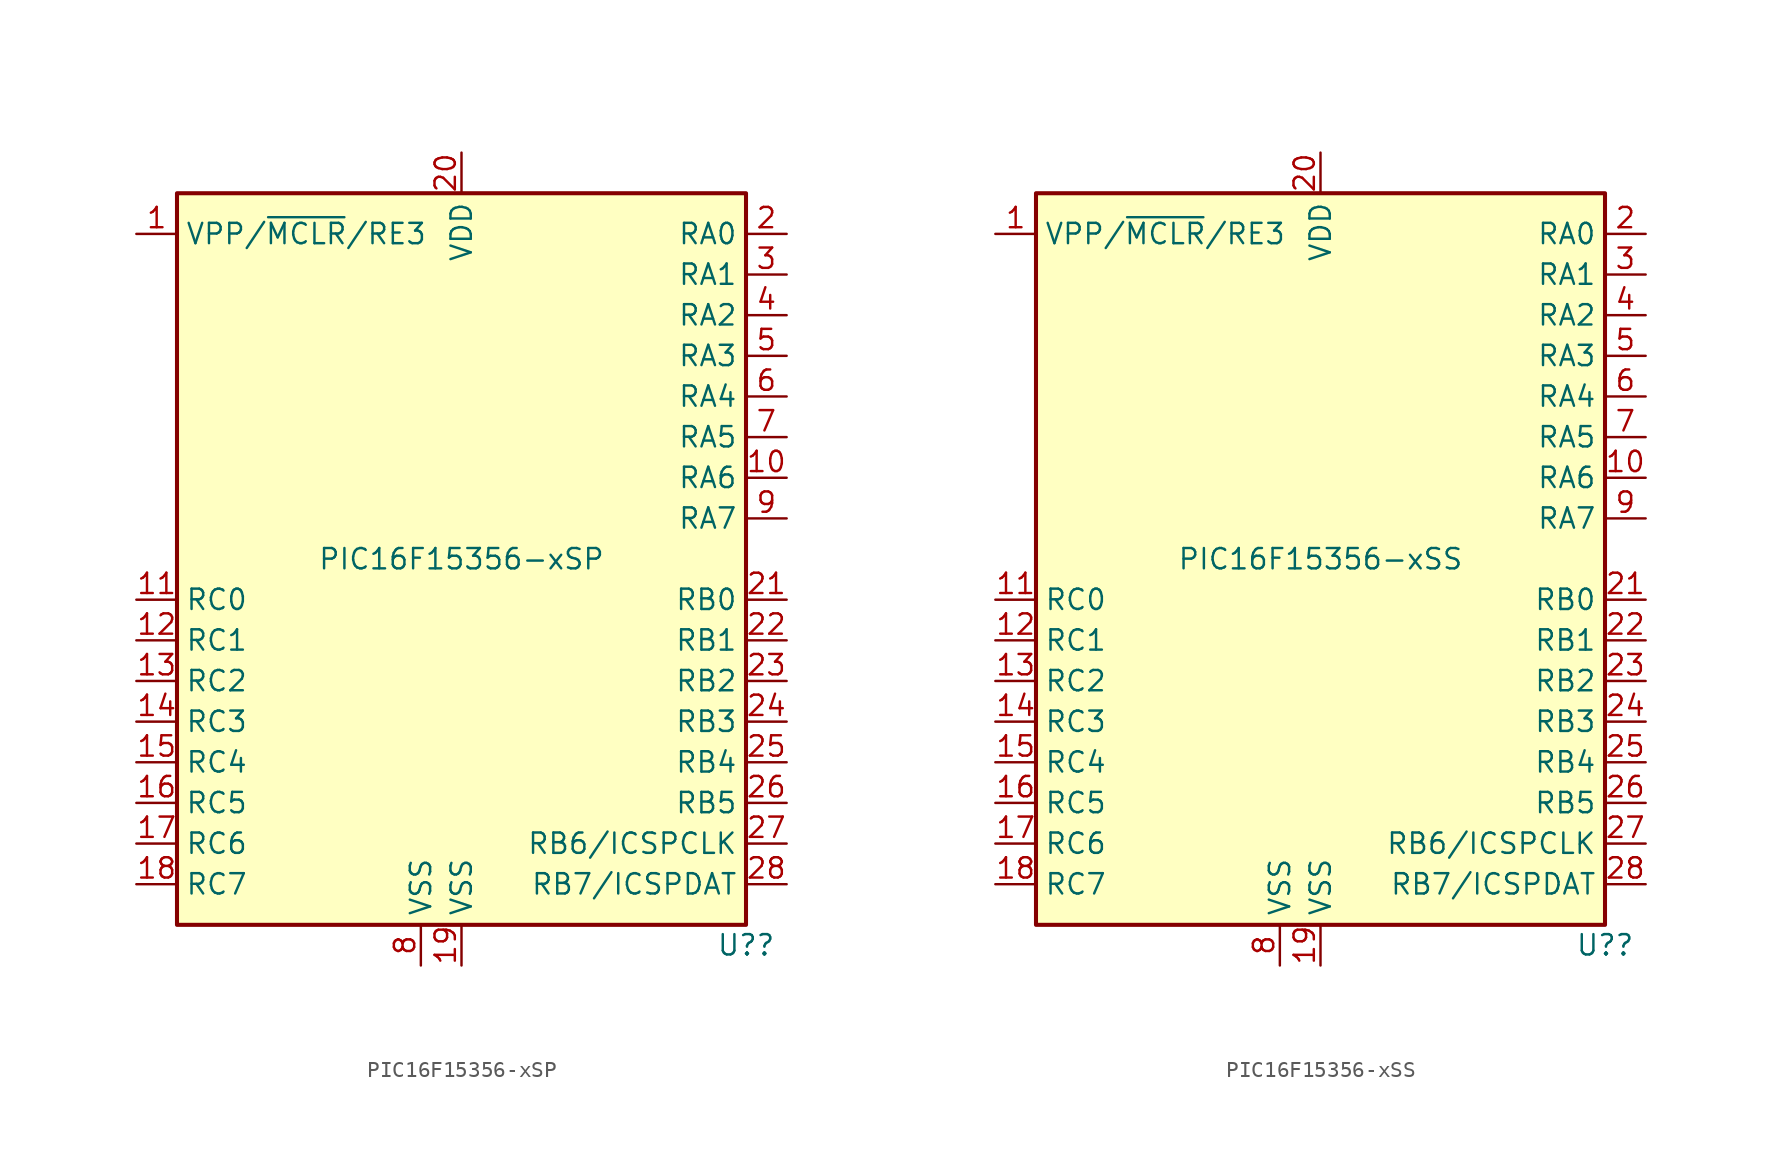
<source format=kicad_sym>
(kicad_symbol_lib
  (version 20241209)
  (generator "kicad_symbol_editor")
  (generator_version "9.0")
  (symbol "PIC16F15356-xSP"
    (property "Reference" "U?"
      (at 17.78 -24.13 0)
      (effects (font (size 1.27 1.27))))
    (property "Value" "PIC16F15356-xSP"
      (at 0 0 0)
      (effects (font (size 1.27 1.27))))
    (symbol "PIC16F15356-xSP_0_1"
      (rectangle (start 17.78 22.86) (end -17.78 -22.86) (stroke (width 0.254) (type default)) (fill (type background))))
    (symbol "PIC16F15356-xSP_1_1"
      (pin bidirectional line (at -20.32 20.32 0) (length 2.54) (name "VPP/~{MCLR}/RE3" (effects (font (size 1.27 1.27)))) (number "1" (effects (font (size 1.27 1.27)))))
      (pin bidirectional line (at -20.32 -2.54 0) (length 2.54) (name "RC0" (effects (font (size 1.27 1.27)))) (number "11" (effects (font (size 1.27 1.27)))))
      (pin bidirectional line (at -20.32 -5.08 0) (length 2.54) (name "RC1" (effects (font (size 1.27 1.27)))) (number "12" (effects (font (size 1.27 1.27)))))
      (pin bidirectional line (at -20.32 -7.62 0) (length 2.54) (name "RC2" (effects (font (size 1.27 1.27)))) (number "13" (effects (font (size 1.27 1.27)))))
      (pin bidirectional line (at -20.32 -10.16 0) (length 2.54) (name "RC3" (effects (font (size 1.27 1.27)))) (number "14" (effects (font (size 1.27 1.27)))))
      (pin bidirectional line (at -20.32 -12.7 0) (length 2.54) (name "RC4" (effects (font (size 1.27 1.27)))) (number "15" (effects (font (size 1.27 1.27)))))
      (pin bidirectional line (at -20.32 -15.24 0) (length 2.54) (name "RC5" (effects (font (size 1.27 1.27)))) (number "16" (effects (font (size 1.27 1.27)))))
      (pin bidirectional line (at -20.32 -17.78 0) (length 2.54) (name "RC6" (effects (font (size 1.27 1.27)))) (number "17" (effects (font (size 1.27 1.27)))))
      (pin bidirectional line (at -20.32 -20.32 0) (length 2.54) (name "RC7" (effects (font (size 1.27 1.27)))) (number "18" (effects (font (size 1.27 1.27)))))
      (pin power_in line (at -2.54 -25.4 90) (length 2.54) (name "VSS" (effects (font (size 1.27 1.27)))) (number "8" (effects (font (size 1.27 1.27)))))
      (pin power_in line (at 0 25.4 270) (length 2.54) (name "VDD" (effects (font (size 1.27 1.27)))) (number "20" (effects (font (size 1.27 1.27)))))
      (pin power_in line (at 0 -25.4 90) (length 2.54) (name "VSS" (effects (font (size 1.27 1.27)))) (number "19" (effects (font (size 1.27 1.27)))))
      (pin bidirectional line (at 20.32 20.32 180) (length 2.54) (name "RA0" (effects (font (size 1.27 1.27)))) (number "2" (effects (font (size 1.27 1.27)))))
      (pin bidirectional line (at 20.32 17.78 180) (length 2.54) (name "RA1" (effects (font (size 1.27 1.27)))) (number "3" (effects (font (size 1.27 1.27)))))
      (pin bidirectional line (at 20.32 15.24 180) (length 2.54) (name "RA2" (effects (font (size 1.27 1.27)))) (number "4" (effects (font (size 1.27 1.27)))))
      (pin bidirectional line (at 20.32 12.7 180) (length 2.54) (name "RA3" (effects (font (size 1.27 1.27)))) (number "5" (effects (font (size 1.27 1.27)))))
      (pin bidirectional line (at 20.32 10.16 180) (length 2.54) (name "RA4" (effects (font (size 1.27 1.27)))) (number "6" (effects (font (size 1.27 1.27)))))
      (pin bidirectional line (at 20.32 7.62 180) (length 2.54) (name "RA5" (effects (font (size 1.27 1.27)))) (number "7" (effects (font (size 1.27 1.27)))))
      (pin bidirectional line (at 20.32 5.08 180) (length 2.54) (name "RA6" (effects (font (size 1.27 1.27)))) (number "10" (effects (font (size 1.27 1.27)))))
      (pin bidirectional line (at 20.32 2.54 180) (length 2.54) (name "RA7" (effects (font (size 1.27 1.27)))) (number "9" (effects (font (size 1.27 1.27)))))
      (pin bidirectional line (at 20.32 -2.54 180) (length 2.54) (name "RB0" (effects (font (size 1.27 1.27)))) (number "21" (effects (font (size 1.27 1.27)))))
      (pin bidirectional line (at 20.32 -5.08 180) (length 2.54) (name "RB1" (effects (font (size 1.27 1.27)))) (number "22" (effects (font (size 1.27 1.27)))))
      (pin bidirectional line (at 20.32 -7.62 180) (length 2.54) (name "RB2" (effects (font (size 1.27 1.27)))) (number "23" (effects (font (size 1.27 1.27)))))
      (pin bidirectional line (at 20.32 -10.16 180) (length 2.54) (name "RB3" (effects (font (size 1.27 1.27)))) (number "24" (effects (font (size 1.27 1.27)))))
      (pin bidirectional line (at 20.32 -12.7 180) (length 2.54) (name "RB4" (effects (font (size 1.27 1.27)))) (number "25" (effects (font (size 1.27 1.27)))))
      (pin bidirectional line (at 20.32 -15.24 180) (length 2.54) (name "RB5" (effects (font (size 1.27 1.27)))) (number "26" (effects (font (size 1.27 1.27)))))
      (pin bidirectional line (at 20.32 -17.78 180) (length 2.54) (name "RB6/ICSPCLK" (effects (font (size 1.27 1.27)))) (number "27" (effects (font (size 1.27 1.27)))))
      (pin bidirectional line (at 20.32 -20.32 180) (length 2.54) (name "RB7/ICSPDAT" (effects (font (size 1.27 1.27)))) (number "28" (effects (font (size 1.27 1.27)))))))
  (symbol "PIC16F15356-xSS"
    (property "Reference" "U?"
      (at 17.78 -24.13 0)
      (effects (font (size 1.27 1.27))))
    (property "Value" "PIC16F15356-xSS"
      (at 0 0 0)
      (effects (font (size 1.27 1.27))))
    (symbol "PIC16F15356-xSS_0_1"
      (rectangle (start 17.78 22.86) (end -17.78 -22.86) (stroke (width 0.254) (type default)) (fill (type background))))
    (symbol "PIC16F15356-xSS_1_1"
      (pin bidirectional line (at -20.32 20.32 0) (length 2.54) (name "VPP/~{MCLR}/RE3" (effects (font (size 1.27 1.27)))) (number "1" (effects (font (size 1.27 1.27)))))
      (pin bidirectional line (at -20.32 -2.54 0) (length 2.54) (name "RC0" (effects (font (size 1.27 1.27)))) (number "11" (effects (font (size 1.27 1.27)))))
      (pin bidirectional line (at -20.32 -5.08 0) (length 2.54) (name "RC1" (effects (font (size 1.27 1.27)))) (number "12" (effects (font (size 1.27 1.27)))))
      (pin bidirectional line (at -20.32 -7.62 0) (length 2.54) (name "RC2" (effects (font (size 1.27 1.27)))) (number "13" (effects (font (size 1.27 1.27)))))
      (pin bidirectional line (at -20.32 -10.16 0) (length 2.54) (name "RC3" (effects (font (size 1.27 1.27)))) (number "14" (effects (font (size 1.27 1.27)))))
      (pin bidirectional line (at -20.32 -12.7 0) (length 2.54) (name "RC4" (effects (font (size 1.27 1.27)))) (number "15" (effects (font (size 1.27 1.27)))))
      (pin bidirectional line (at -20.32 -15.24 0) (length 2.54) (name "RC5" (effects (font (size 1.27 1.27)))) (number "16" (effects (font (size 1.27 1.27)))))
      (pin bidirectional line (at -20.32 -17.78 0) (length 2.54) (name "RC6" (effects (font (size 1.27 1.27)))) (number "17" (effects (font (size 1.27 1.27)))))
      (pin bidirectional line (at -20.32 -20.32 0) (length 2.54) (name "RC7" (effects (font (size 1.27 1.27)))) (number "18" (effects (font (size 1.27 1.27)))))
      (pin power_in line (at -2.54 -25.4 90) (length 2.54) (name "VSS" (effects (font (size 1.27 1.27)))) (number "8" (effects (font (size 1.27 1.27)))))
      (pin power_in line (at 0 25.4 270) (length 2.54) (name "VDD" (effects (font (size 1.27 1.27)))) (number "20" (effects (font (size 1.27 1.27)))))
      (pin power_in line (at 0 -25.4 90) (length 2.54) (name "VSS" (effects (font (size 1.27 1.27)))) (number "19" (effects (font (size 1.27 1.27)))))
      (pin bidirectional line (at 20.32 20.32 180) (length 2.54) (name "RA0" (effects (font (size 1.27 1.27)))) (number "2" (effects (font (size 1.27 1.27)))))
      (pin bidirectional line (at 20.32 17.78 180) (length 2.54) (name "RA1" (effects (font (size 1.27 1.27)))) (number "3" (effects (font (size 1.27 1.27)))))
      (pin bidirectional line (at 20.32 15.24 180) (length 2.54) (name "RA2" (effects (font (size 1.27 1.27)))) (number "4" (effects (font (size 1.27 1.27)))))
      (pin bidirectional line (at 20.32 12.7 180) (length 2.54) (name "RA3" (effects (font (size 1.27 1.27)))) (number "5" (effects (font (size 1.27 1.27)))))
      (pin bidirectional line (at 20.32 10.16 180) (length 2.54) (name "RA4" (effects (font (size 1.27 1.27)))) (number "6" (effects (font (size 1.27 1.27)))))
      (pin bidirectional line (at 20.32 7.62 180) (length 2.54) (name "RA5" (effects (font (size 1.27 1.27)))) (number "7" (effects (font (size 1.27 1.27)))))
      (pin bidirectional line (at 20.32 5.08 180) (length 2.54) (name "RA6" (effects (font (size 1.27 1.27)))) (number "10" (effects (font (size 1.27 1.27)))))
      (pin bidirectional line (at 20.32 2.54 180) (length 2.54) (name "RA7" (effects (font (size 1.27 1.27)))) (number "9" (effects (font (size 1.27 1.27)))))
      (pin bidirectional line (at 20.32 -2.54 180) (length 2.54) (name "RB0" (effects (font (size 1.27 1.27)))) (number "21" (effects (font (size 1.27 1.27)))))
      (pin bidirectional line (at 20.32 -5.08 180) (length 2.54) (name "RB1" (effects (font (size 1.27 1.27)))) (number "22" (effects (font (size 1.27 1.27)))))
      (pin bidirectional line (at 20.32 -7.62 180) (length 2.54) (name "RB2" (effects (font (size 1.27 1.27)))) (number "23" (effects (font (size 1.27 1.27)))))
      (pin bidirectional line (at 20.32 -10.16 180) (length 2.54) (name "RB3" (effects (font (size 1.27 1.27)))) (number "24" (effects (font (size 1.27 1.27)))))
      (pin bidirectional line (at 20.32 -12.7 180) (length 2.54) (name "RB4" (effects (font (size 1.27 1.27)))) (number "25" (effects (font (size 1.27 1.27)))))
      (pin bidirectional line (at 20.32 -15.24 180) (length 2.54) (name "RB5" (effects (font (size 1.27 1.27)))) (number "26" (effects (font (size 1.27 1.27)))))
      (pin bidirectional line (at 20.32 -17.78 180) (length 2.54) (name "RB6/ICSPCLK" (effects (font (size 1.27 1.27)))) (number "27" (effects (font (size 1.27 1.27)))))
      (pin bidirectional line (at 20.32 -20.32 180) (length 2.54) (name "RB7/ICSPDAT" (effects (font (size 1.27 1.27)))) (number "28" (effects (font (size 1.27 1.27))))))))
</source>
